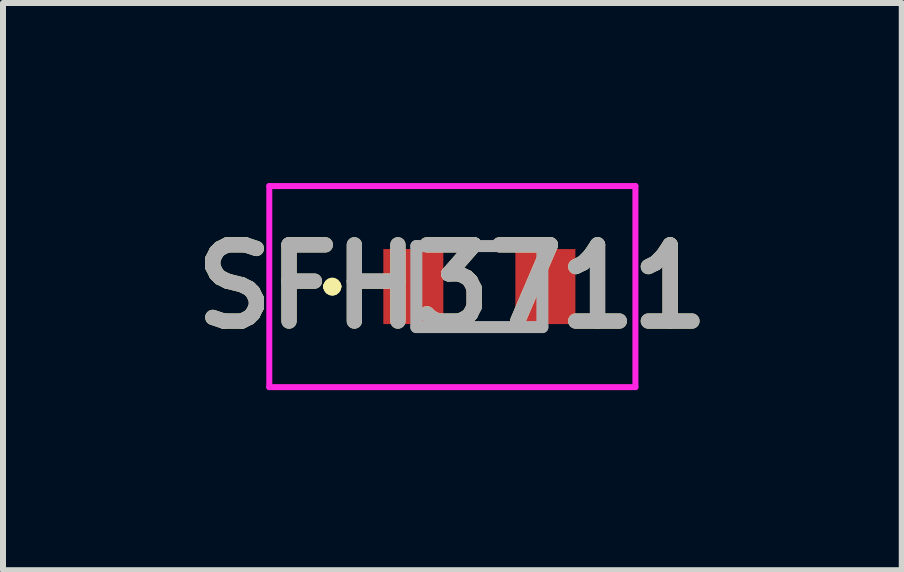
<source format=kicad_pcb>
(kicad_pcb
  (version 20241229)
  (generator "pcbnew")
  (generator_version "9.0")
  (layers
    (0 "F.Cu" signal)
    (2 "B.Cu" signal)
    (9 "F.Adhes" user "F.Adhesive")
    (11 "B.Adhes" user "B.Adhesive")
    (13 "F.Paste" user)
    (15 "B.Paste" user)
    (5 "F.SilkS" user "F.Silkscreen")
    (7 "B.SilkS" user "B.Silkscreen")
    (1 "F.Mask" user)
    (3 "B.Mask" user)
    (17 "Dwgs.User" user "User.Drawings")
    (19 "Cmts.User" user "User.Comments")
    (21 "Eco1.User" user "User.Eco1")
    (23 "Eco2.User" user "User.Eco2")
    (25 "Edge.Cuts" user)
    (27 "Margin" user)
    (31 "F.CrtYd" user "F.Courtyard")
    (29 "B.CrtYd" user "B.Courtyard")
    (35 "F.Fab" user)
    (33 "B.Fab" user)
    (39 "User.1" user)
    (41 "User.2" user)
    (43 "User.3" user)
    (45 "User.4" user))
  (footprint "SFH3711"
    (layer "F.Cu")
    (at 4.937 1.725)
    (property "Reference" "SFH3711" (at -0.45 0 0) (layer "F.SilkS") (effects (font (size 1.27 1.27) (thickness 0.254))))
    (attr smd)
    (fp_line (start -2.5 0) (end -2.5 0) (stroke (width 0.2) (type solid)) (layer "F.SilkS"))
    (fp_line (start -2.5 0) (end -2.5 0) (stroke (width 0.2) (type solid)) (layer "F.SilkS"))
    (fp_line (start -2.4 0) (end -2.4 0) (stroke (width 0.2) (type solid)) (layer "F.SilkS"))
    (fp_arc (start -2.5 0) (mid -2.45 -0.05) (end -2.4 0) (stroke (width 0.2) (type solid)) (layer "F.SilkS"))
    (fp_arc (start -2.4 0) (mid -2.45 0.05) (end -2.5 0) (stroke (width 0.2) (type solid)) (layer "F.SilkS"))
    (fp_arc (start -2.4 0) (mid -2.45 0.05) (end -2.5 0) (stroke (width 0.2) (type solid)) (layer "F.SilkS"))
    (fp_line (start -3.5 -1.675) (end 2.6 -1.675) (stroke (width 0.1) (type solid)) (layer "F.CrtYd"))
    (fp_line (start -3.5 1.675) (end -3.5 -1.675) (stroke (width 0.1) (type solid)) (layer "F.CrtYd"))
    (fp_line (start 2.6 -1.675) (end 2.6 1.675) (stroke (width 0.1) (type solid)) (layer "F.CrtYd"))
    (fp_line (start 2.6 1.675) (end -3.5 1.675) (stroke (width 0.1) (type solid)) (layer "F.CrtYd"))
    (fp_line (start -1.05 -0.675) (end 1.05 -0.675) (stroke (width 0.2) (type solid)) (layer "F.Fab"))
    (fp_line (start -1.05 0.675) (end -1.05 -0.675) (stroke (width 0.2) (type solid)) (layer "F.Fab"))
    (fp_line (start 1.05 -0.675) (end 1.05 0.675) (stroke (width 0.2) (type solid)) (layer "F.Fab"))
    (fp_line (start 1.05 0.675) (end -1.05 0.675) (stroke (width 0.2) (type solid)) (layer "F.Fab"))
    (fp_text user "${REFERENCE}" (at -0.45 0 0) (layer "F.Fab") (effects (font (size 1.27 1.27) (thickness 0.254))))
    (pad "1" smd rect (at -1.1 0) (size 1 1.25) (layers "F.Cu" "F.Mask" "F.Paste"))
    (pad "2" smd rect (at 1.1 0) (size 1 1.25) (layers "F.Cu" "F.Mask" "F.Paste")))
  (gr_rect
    (start -3 -3)
    (end 11.975 6.45)
    (stroke (width 0.1) (type default))
    (fill no)
    (layer "Edge.Cuts")))
</source>
